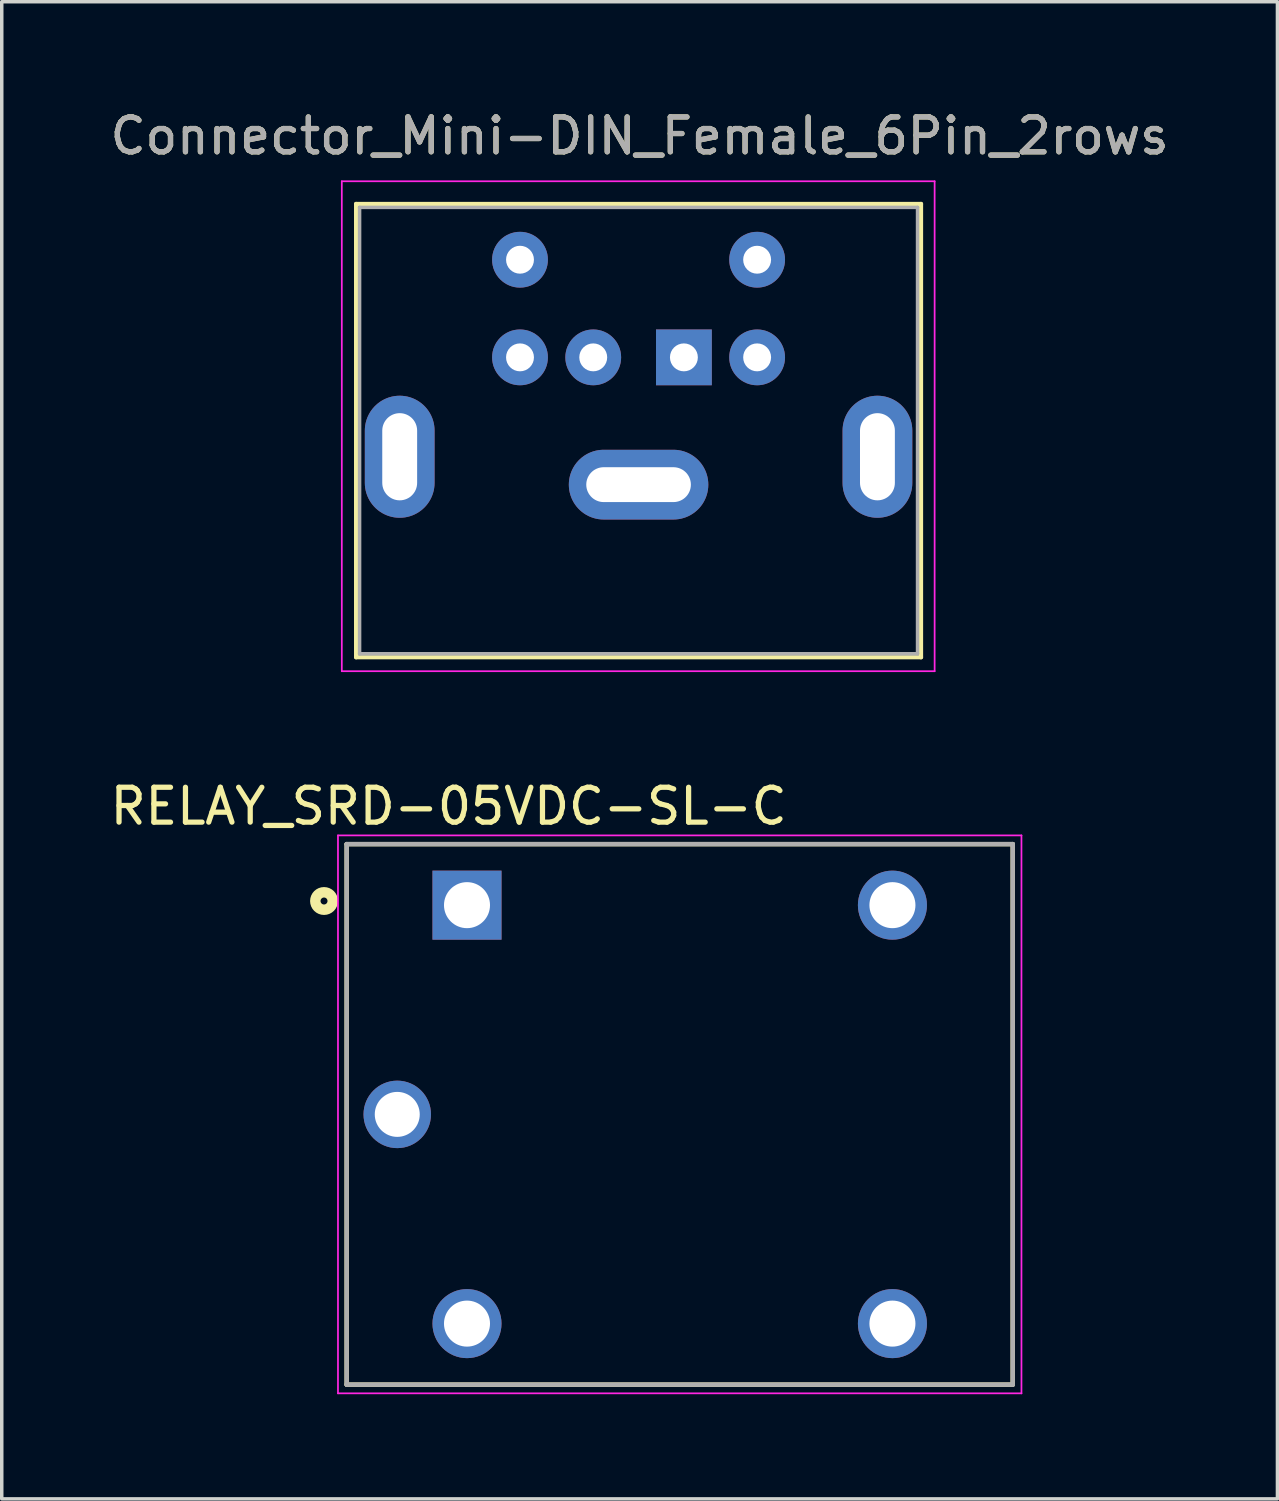
<source format=kicad_pcb>
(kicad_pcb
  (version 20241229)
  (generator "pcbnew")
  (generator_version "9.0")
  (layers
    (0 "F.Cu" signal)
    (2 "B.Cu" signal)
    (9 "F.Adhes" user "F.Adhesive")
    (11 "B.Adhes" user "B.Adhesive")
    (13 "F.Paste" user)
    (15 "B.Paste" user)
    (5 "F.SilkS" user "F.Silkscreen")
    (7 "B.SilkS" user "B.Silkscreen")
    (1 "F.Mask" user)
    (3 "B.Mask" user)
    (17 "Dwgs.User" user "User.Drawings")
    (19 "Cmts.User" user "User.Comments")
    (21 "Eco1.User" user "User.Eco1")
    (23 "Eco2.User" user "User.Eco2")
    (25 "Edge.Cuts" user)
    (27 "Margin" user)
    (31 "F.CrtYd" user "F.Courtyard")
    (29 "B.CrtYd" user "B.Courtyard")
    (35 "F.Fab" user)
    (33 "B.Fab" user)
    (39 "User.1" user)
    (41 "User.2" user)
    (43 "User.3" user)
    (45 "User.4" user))
  (footprint "RELAY_SRD-05VDC-SL-C"
    (layer "F.Cu")
    (at 16.442 28.907)
    (property "Reference" "RELAY_SRD-05VDC-SL-C" (at -6.626 -8.836 0) (layer "F.SilkS") (effects (font (size 1 1) (thickness 0.15))))
    (attr through_hole)
    (fp_line (start -9.55 -7.75) (end 9.55 -7.75) (stroke (width 0.127) (type solid)) (layer "F.SilkS"))
    (fp_line (start -9.55 7.75) (end -9.55 -7.75) (stroke (width 0.127) (type solid)) (layer "F.SilkS"))
    (fp_line (start 9.55 -7.75) (end 9.55 7.75) (stroke (width 0.127) (type solid)) (layer "F.SilkS"))
    (fp_line (start 9.55 7.75) (end -9.55 7.75) (stroke (width 0.127) (type solid)) (layer "F.SilkS"))
    (fp_circle (center -10.2 -6.119) (end -10.1 -6.119) (stroke (width 0.3) (type solid)) (fill no) (layer "F.SilkS"))
    (fp_line (start -9.8 -8) (end 9.8 -8) (stroke (width 0.05) (type solid)) (layer "F.CrtYd"))
    (fp_line (start -9.8 8) (end -9.8 -8) (stroke (width 0.05) (type solid)) (layer "F.CrtYd"))
    (fp_line (start 9.8 -8) (end 9.8 8) (stroke (width 0.05) (type solid)) (layer "F.CrtYd"))
    (fp_line (start 9.8 8) (end -9.8 8) (stroke (width 0.05) (type solid)) (layer "F.CrtYd"))
    (fp_line (start -9.55 -7.75) (end 9.55 -7.75) (stroke (width 0.127) (type solid)) (layer "F.Fab"))
    (fp_line (start -9.55 7.75) (end -9.55 -7.75) (stroke (width 0.127) (type solid)) (layer "F.Fab"))
    (fp_line (start 9.55 -7.75) (end 9.55 7.75) (stroke (width 0.127) (type solid)) (layer "F.Fab"))
    (fp_line (start 9.55 7.75) (end -9.55 7.75) (stroke (width 0.127) (type solid)) (layer "F.Fab"))
    (pad "A1" thru_hole rect (at -6.1 -6) (size 1.98 1.98) (drill 1.32) (layers "*.Cu" "*.Mask"))
    (pad "A2" thru_hole circle (at -6.1 6) (size 1.98 1.98) (drill 1.32) (layers "*.Cu" "*.Mask"))
    (pad "COM" thru_hole circle (at -8.1 0) (size 1.935 1.935) (drill 1.29) (layers "*.Cu" "*.Mask"))
    (pad "NC" thru_hole circle (at 6.1 -6) (size 1.98 1.98) (drill 1.32) (layers "*.Cu" "*.Mask"))
    (pad "NO" thru_hole circle (at 6.1 6) (size 1.98 1.98) (drill 1.32) (layers "*.Cu" "*.Mask")))
  (footprint "Connector_Mini-DIN_Female_6Pin_2rows"
    (layer "F.Cu")
    (at 16.562 7.198)
    (property "Reference" "Connector_Mini-DIN_Female_6Pin_2rows" (at -1.27 -6.35 0) (layer "F.SilkS") (effects (font (size 1 1) (thickness 0.15))))
    (attr through_hole)
    (fp_line (start -9.4 -4.4) (end -9.4 8.6) (stroke (width 0.12) (type solid)) (layer "F.SilkS"))
    (fp_line (start -9.4 -4.4) (end 6.8 -4.4) (stroke (width 0.12) (type solid)) (layer "F.SilkS"))
    (fp_line (start -9.4 8.6) (end 6.8 8.6) (stroke (width 0.12) (type solid)) (layer "F.SilkS"))
    (fp_line (start 6.8 -4.4) (end 6.8 8.6) (stroke (width 0.12) (type solid)) (layer "F.SilkS"))
    (fp_line (start -9.81 -5.05) (end -9.81 9) (stroke (width 0.05) (type solid)) (layer "F.CrtYd"))
    (fp_line (start -9.81 -5.05) (end 7.19 -5.05) (stroke (width 0.05) (type solid)) (layer "F.CrtYd"))
    (fp_line (start 7.19 9) (end -9.81 9) (stroke (width 0.05) (type solid)) (layer "F.CrtYd"))
    (fp_line (start 7.19 9) (end 7.19 -5.05) (stroke (width 0.05) (type solid)) (layer "F.CrtYd"))
    (fp_line (start -9.3 -4.3) (end 6.7 -4.3) (stroke (width 0.1) (type solid)) (layer "F.Fab"))
    (fp_line (start -9.3 8.5) (end -9.3 -4.3) (stroke (width 0.1) (type solid)) (layer "F.Fab"))
    (fp_line (start 6.7 -4.3) (end 6.7 8.5) (stroke (width 0.1) (type solid)) (layer "F.Fab"))
    (fp_line (start 6.7 8.5) (end -9.3 8.5) (stroke (width 0.1) (type solid)) (layer "F.Fab"))
    (fp_text user "${REFERENCE}" (at -1.27 -6.35 0) (layer "F.Fab") (effects (font (size 1 1) (thickness 0.15))))
    (pad "1" thru_hole rect (at 0 0) (size 1.6 1.6) (drill 0.8) (layers "*.Cu" "*.Mask"))
    (pad "2" thru_hole circle (at -2.6 0) (size 1.6 1.6) (drill 0.8) (layers "*.Cu" "*.Mask"))
    (pad "3" thru_hole circle (at 2.1 0) (size 1.6 1.6) (drill 0.8) (layers "*.Cu" "*.Mask"))
    (pad "4" thru_hole circle (at -4.7 0) (size 1.6 1.6) (drill 0.8) (layers "*.Cu" "*.Mask"))
    (pad "5" thru_hole circle (at 2.1 -2.8) (size 1.6 1.6) (drill 0.8) (layers "*.Cu" "*.Mask"))
    (pad "6" thru_hole circle (at -4.7 -2.8) (size 1.6 1.6) (drill 0.8) (layers "*.Cu" "*.Mask"))
    (pad "7" thru_hole oval (at -8.15 2.85) (size 2 3.5) (drill oval 1 2.5) (layers "*.Cu" "*.Mask"))
    (pad "7" thru_hole oval (at -1.3 3.65) (size 4 2) (drill oval 3 1) (layers "*.Cu" "*.Mask"))
    (pad "7" thru_hole oval (at 5.55 2.85) (size 2 3.5) (drill oval 1 2.5) (layers "*.Cu" "*.Mask")))
  (gr_rect
    (start -3 -3)
    (end 33.583 39.932)
    (stroke (width 0.1) (type default))
    (fill no)
    (layer "Edge.Cuts")))
</source>
